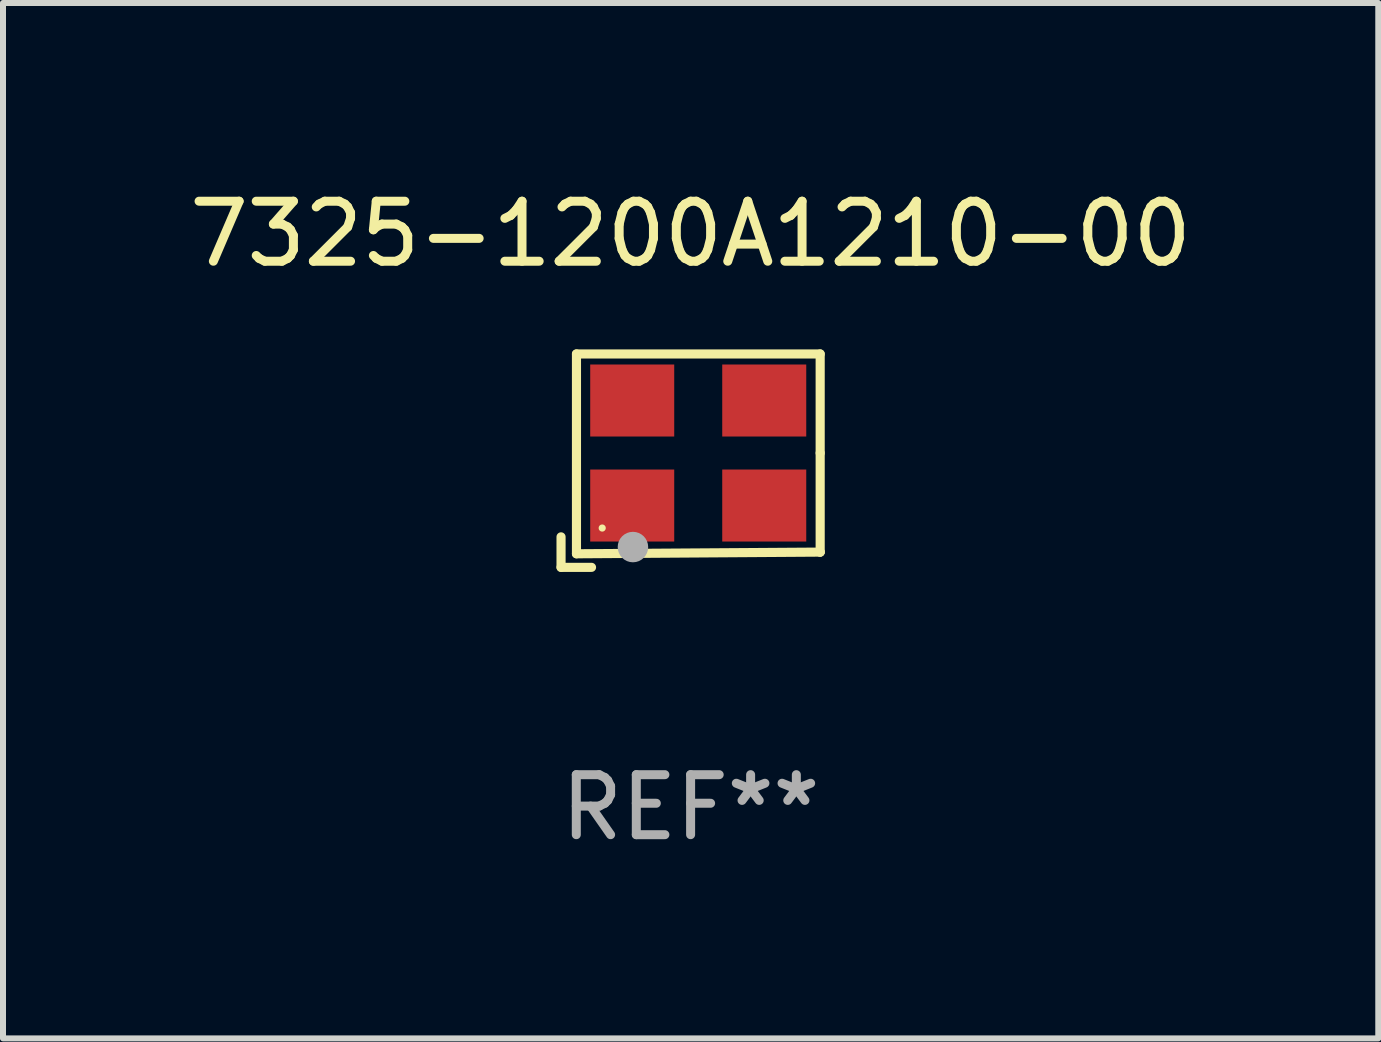
<source format=kicad_pcb>
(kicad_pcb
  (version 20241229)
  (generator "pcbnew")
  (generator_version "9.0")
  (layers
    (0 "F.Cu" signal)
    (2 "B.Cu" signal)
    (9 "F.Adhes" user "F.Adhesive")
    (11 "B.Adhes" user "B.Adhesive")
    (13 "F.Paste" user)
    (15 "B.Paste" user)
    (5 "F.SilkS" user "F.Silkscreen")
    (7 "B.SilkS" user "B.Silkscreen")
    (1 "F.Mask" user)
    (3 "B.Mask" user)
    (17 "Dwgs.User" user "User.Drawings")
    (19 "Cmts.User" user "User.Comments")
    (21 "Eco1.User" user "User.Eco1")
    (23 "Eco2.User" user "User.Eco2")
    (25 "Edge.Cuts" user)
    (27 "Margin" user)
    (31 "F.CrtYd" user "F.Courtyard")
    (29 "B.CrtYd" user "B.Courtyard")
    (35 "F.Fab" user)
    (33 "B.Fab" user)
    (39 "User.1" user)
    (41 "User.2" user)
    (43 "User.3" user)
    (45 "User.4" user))
  (footprint "7325-1200A1210-00"
    (layer "F.Cu")
    (at 8.458 4.626)
    (property "Reference" "7325-1200A1210-00" (at 0 -3.778 0) (layer "F.SilkS") (effects (font (size 1 1) (thickness 0.15))))
    (attr through_hole)
    (fp_line (start -2.159 1.27) (end -2.159 1.778) (stroke (width 0.152) (type solid)) (layer "F.SilkS"))
    (fp_line (start -2.159 1.778) (end -1.651 1.778) (stroke (width 0.152) (type solid)) (layer "F.SilkS"))
    (fp_line (start -1.902 -1.778) (end 2.159 -1.778) (stroke (width 0.152) (type solid)) (layer "F.SilkS"))
    (fp_line (start -1.902 1.552) (end -1.902 -1.778) (stroke (width 0.152) (type solid)) (layer "F.SilkS"))
    (fp_line (start 2.159 -1.778) (end 2.159 -0.127) (stroke (width 0.152) (type solid)) (layer "F.SilkS"))
    (fp_line (start 2.159 -0.127) (end 2.159 1.524) (stroke (width 0.152) (type solid)) (layer "F.SilkS"))
    (fp_line (start 2.159 1.524) (end -1.902 1.552) (stroke (width 0.152) (type solid)) (layer "F.SilkS"))
    (fp_line (start 2.159 1.524) (end 2.159 1.524) (stroke (width 0.152) (type solid)) (layer "F.SilkS"))
    (fp_circle (center -1.473 1.123) (end -1.443 1.123) (stroke (width 0.06) (type solid)) (fill no) (layer "F.SilkS"))
    (fp_circle (center -0.961 1.44) (end -0.834 1.44) (stroke (width 0.254) (type solid)) (fill no) (layer "F.Fab"))
    (fp_text user "REF**" (at 0 5.778 0) (layer "F.Fab") (effects (font (size 1 1) (thickness 0.15))))
    (pad "1" smd rect (at -0.973 0.748) (size 1.4 1.2) (layers "F.Cu" "F.Mask" "F.Paste"))
    (pad "2" smd rect (at 1.227 0.748) (size 1.4 1.2) (layers "F.Cu" "F.Mask" "F.Paste"))
    (pad "3" smd rect (at 1.227 -1.002) (size 1.4 1.2) (layers "F.Cu" "F.Mask" "F.Paste"))
    (pad "4" smd rect (at -0.973 -1.002) (size 1.4 1.2) (layers "F.Cu" "F.Mask" "F.Paste")))
  (gr_rect
    (start -3 -3)
    (end 19.917 14.253)
    (stroke (width 0.1) (type default))
    (fill no)
    (layer "Edge.Cuts")))
</source>
